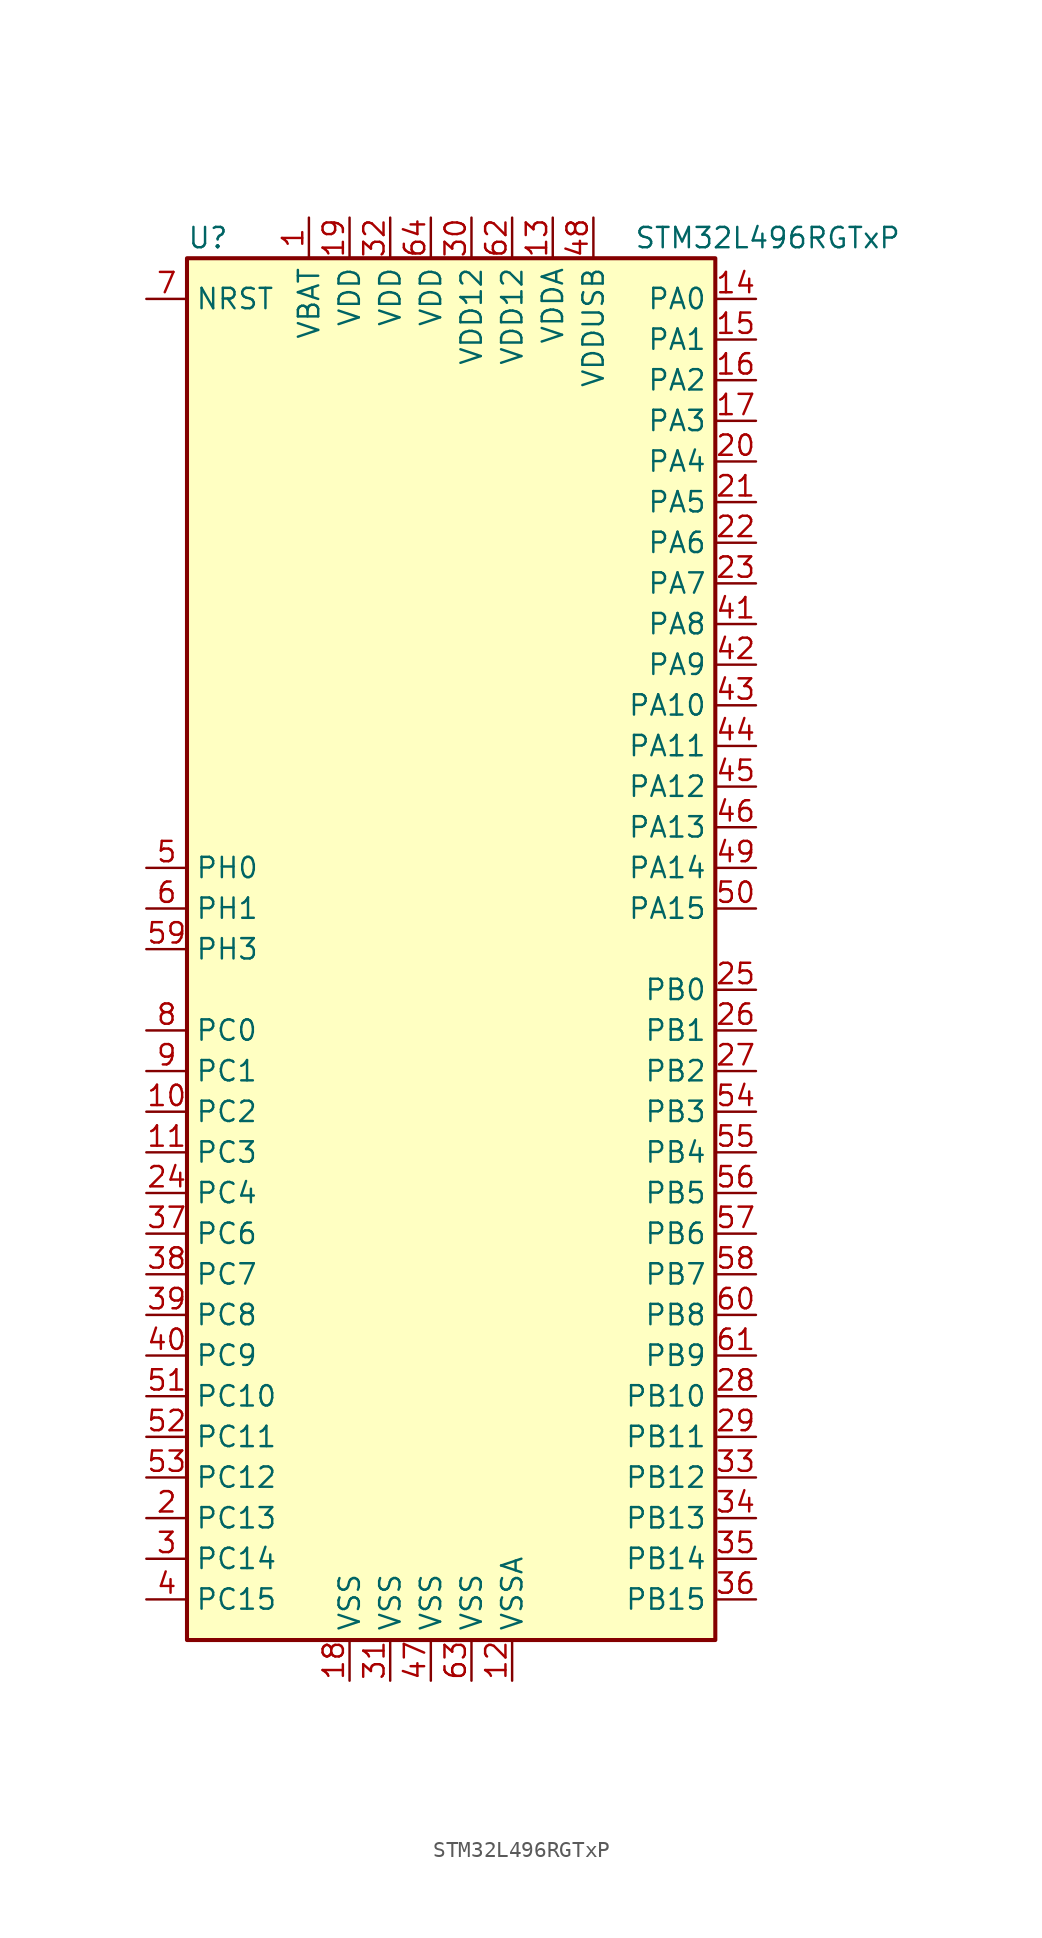
<source format=kicad_sym>
(kicad_symbol_lib
  (version 20211014)
  (generator kicad_symbol_editor)
  (symbol "STM32L496RGTxP"
    (property "Reference" "U"
      (at -17.78 44.45 0)
      (effects (font (size 1.27 1.27)) (justify left)))
    (property "Value" "STM32L496RGTxP"
      (at 10.16 44.45 0)
      (effects (font (size 1.27 1.27)) (justify left)))
    (symbol "STM32L496RGTxP_0_1"
      (rectangle (start -17.78 -43.18) (end 15.24 43.18) (stroke (width 0.254) (type default) (color 0 0 0 0)) (fill (type background))))
    (symbol "STM32L496RGTxP_1_1"
      (pin power_in line (at -10.16 45.72 270) (length 2.54) (name "VBAT" (effects (font (size 1.27 1.27)))) (number "1" (effects (font (size 1.27 1.27)))))
      (pin bidirectional line (at -20.32 -10.16 0) (length 2.54) (name "PC2" (effects (font (size 1.27 1.27)))) (number "10" (effects (font (size 1.27 1.27)))))
      (pin bidirectional line (at -20.32 -12.7 0) (length 2.54) (name "PC3" (effects (font (size 1.27 1.27)))) (number "11" (effects (font (size 1.27 1.27)))))
      (pin power_in line (at 2.54 -45.72 90) (length 2.54) (name "VSSA" (effects (font (size 1.27 1.27)))) (number "12" (effects (font (size 1.27 1.27)))))
      (pin power_in line (at 5.08 45.72 270) (length 2.54) (name "VDDA" (effects (font (size 1.27 1.27)))) (number "13" (effects (font (size 1.27 1.27)))))
      (pin bidirectional line (at 17.78 40.64 180) (length 2.54) (name "PA0" (effects (font (size 1.27 1.27)))) (number "14" (effects (font (size 1.27 1.27)))))
      (pin bidirectional line (at 17.78 38.1 180) (length 2.54) (name "PA1" (effects (font (size 1.27 1.27)))) (number "15" (effects (font (size 1.27 1.27)))))
      (pin bidirectional line (at 17.78 35.56 180) (length 2.54) (name "PA2" (effects (font (size 1.27 1.27)))) (number "16" (effects (font (size 1.27 1.27)))))
      (pin bidirectional line (at 17.78 33.02 180) (length 2.54) (name "PA3" (effects (font (size 1.27 1.27)))) (number "17" (effects (font (size 1.27 1.27)))))
      (pin power_in line (at -7.62 -45.72 90) (length 2.54) (name "VSS" (effects (font (size 1.27 1.27)))) (number "18" (effects (font (size 1.27 1.27)))))
      (pin power_in line (at -7.62 45.72 270) (length 2.54) (name "VDD" (effects (font (size 1.27 1.27)))) (number "19" (effects (font (size 1.27 1.27)))))
      (pin bidirectional line (at -20.32 -35.56 0) (length 2.54) (name "PC13" (effects (font (size 1.27 1.27)))) (number "2" (effects (font (size 1.27 1.27)))))
      (pin bidirectional line (at 17.78 30.48 180) (length 2.54) (name "PA4" (effects (font (size 1.27 1.27)))) (number "20" (effects (font (size 1.27 1.27)))))
      (pin bidirectional line (at 17.78 27.94 180) (length 2.54) (name "PA5" (effects (font (size 1.27 1.27)))) (number "21" (effects (font (size 1.27 1.27)))))
      (pin bidirectional line (at 17.78 25.4 180) (length 2.54) (name "PA6" (effects (font (size 1.27 1.27)))) (number "22" (effects (font (size 1.27 1.27)))))
      (pin bidirectional line (at 17.78 22.86 180) (length 2.54) (name "PA7" (effects (font (size 1.27 1.27)))) (number "23" (effects (font (size 1.27 1.27)))))
      (pin bidirectional line (at -20.32 -15.24 0) (length 2.54) (name "PC4" (effects (font (size 1.27 1.27)))) (number "24" (effects (font (size 1.27 1.27)))))
      (pin bidirectional line (at 17.78 -2.54 180) (length 2.54) (name "PB0" (effects (font (size 1.27 1.27)))) (number "25" (effects (font (size 1.27 1.27)))))
      (pin bidirectional line (at 17.78 -5.08 180) (length 2.54) (name "PB1" (effects (font (size 1.27 1.27)))) (number "26" (effects (font (size 1.27 1.27)))))
      (pin bidirectional line (at 17.78 -7.62 180) (length 2.54) (name "PB2" (effects (font (size 1.27 1.27)))) (number "27" (effects (font (size 1.27 1.27)))))
      (pin bidirectional line (at 17.78 -27.94 180) (length 2.54) (name "PB10" (effects (font (size 1.27 1.27)))) (number "28" (effects (font (size 1.27 1.27)))))
      (pin bidirectional line (at 17.78 -30.48 180) (length 2.54) (name "PB11" (effects (font (size 1.27 1.27)))) (number "29" (effects (font (size 1.27 1.27)))))
      (pin bidirectional line (at -20.32 -38.1 0) (length 2.54) (name "PC14" (effects (font (size 1.27 1.27)))) (number "3" (effects (font (size 1.27 1.27)))))
      (pin power_in line (at 0 45.72 270) (length 2.54) (name "VDD12" (effects (font (size 1.27 1.27)))) (number "30" (effects (font (size 1.27 1.27)))))
      (pin power_in line (at -5.08 -45.72 90) (length 2.54) (name "VSS" (effects (font (size 1.27 1.27)))) (number "31" (effects (font (size 1.27 1.27)))))
      (pin power_in line (at -5.08 45.72 270) (length 2.54) (name "VDD" (effects (font (size 1.27 1.27)))) (number "32" (effects (font (size 1.27 1.27)))))
      (pin bidirectional line (at 17.78 -33.02 180) (length 2.54) (name "PB12" (effects (font (size 1.27 1.27)))) (number "33" (effects (font (size 1.27 1.27)))))
      (pin bidirectional line (at 17.78 -35.56 180) (length 2.54) (name "PB13" (effects (font (size 1.27 1.27)))) (number "34" (effects (font (size 1.27 1.27)))))
      (pin bidirectional line (at 17.78 -38.1 180) (length 2.54) (name "PB14" (effects (font (size 1.27 1.27)))) (number "35" (effects (font (size 1.27 1.27)))))
      (pin bidirectional line (at 17.78 -40.64 180) (length 2.54) (name "PB15" (effects (font (size 1.27 1.27)))) (number "36" (effects (font (size 1.27 1.27)))))
      (pin bidirectional line (at -20.32 -17.78 0) (length 2.54) (name "PC6" (effects (font (size 1.27 1.27)))) (number "37" (effects (font (size 1.27 1.27)))))
      (pin bidirectional line (at -20.32 -20.32 0) (length 2.54) (name "PC7" (effects (font (size 1.27 1.27)))) (number "38" (effects (font (size 1.27 1.27)))))
      (pin bidirectional line (at -20.32 -22.86 0) (length 2.54) (name "PC8" (effects (font (size 1.27 1.27)))) (number "39" (effects (font (size 1.27 1.27)))))
      (pin bidirectional line (at -20.32 -40.64 0) (length 2.54) (name "PC15" (effects (font (size 1.27 1.27)))) (number "4" (effects (font (size 1.27 1.27)))))
      (pin bidirectional line (at -20.32 -25.4 0) (length 2.54) (name "PC9" (effects (font (size 1.27 1.27)))) (number "40" (effects (font (size 1.27 1.27)))))
      (pin bidirectional line (at 17.78 20.32 180) (length 2.54) (name "PA8" (effects (font (size 1.27 1.27)))) (number "41" (effects (font (size 1.27 1.27)))))
      (pin bidirectional line (at 17.78 17.78 180) (length 2.54) (name "PA9" (effects (font (size 1.27 1.27)))) (number "42" (effects (font (size 1.27 1.27)))))
      (pin bidirectional line (at 17.78 15.24 180) (length 2.54) (name "PA10" (effects (font (size 1.27 1.27)))) (number "43" (effects (font (size 1.27 1.27)))))
      (pin bidirectional line (at 17.78 12.7 180) (length 2.54) (name "PA11" (effects (font (size 1.27 1.27)))) (number "44" (effects (font (size 1.27 1.27)))))
      (pin bidirectional line (at 17.78 10.16 180) (length 2.54) (name "PA12" (effects (font (size 1.27 1.27)))) (number "45" (effects (font (size 1.27 1.27)))))
      (pin bidirectional line (at 17.78 7.62 180) (length 2.54) (name "PA13" (effects (font (size 1.27 1.27)))) (number "46" (effects (font (size 1.27 1.27)))))
      (pin power_in line (at -2.54 -45.72 90) (length 2.54) (name "VSS" (effects (font (size 1.27 1.27)))) (number "47" (effects (font (size 1.27 1.27)))))
      (pin power_in line (at 7.62 45.72 270) (length 2.54) (name "VDDUSB" (effects (font (size 1.27 1.27)))) (number "48" (effects (font (size 1.27 1.27)))))
      (pin bidirectional line (at 17.78 5.08 180) (length 2.54) (name "PA14" (effects (font (size 1.27 1.27)))) (number "49" (effects (font (size 1.27 1.27)))))
      (pin input line (at -20.32 5.08 0) (length 2.54) (name "PH0" (effects (font (size 1.27 1.27)))) (number "5" (effects (font (size 1.27 1.27)))))
      (pin bidirectional line (at 17.78 2.54 180) (length 2.54) (name "PA15" (effects (font (size 1.27 1.27)))) (number "50" (effects (font (size 1.27 1.27)))))
      (pin bidirectional line (at -20.32 -27.94 0) (length 2.54) (name "PC10" (effects (font (size 1.27 1.27)))) (number "51" (effects (font (size 1.27 1.27)))))
      (pin bidirectional line (at -20.32 -30.48 0) (length 2.54) (name "PC11" (effects (font (size 1.27 1.27)))) (number "52" (effects (font (size 1.27 1.27)))))
      (pin bidirectional line (at -20.32 -33.02 0) (length 2.54) (name "PC12" (effects (font (size 1.27 1.27)))) (number "53" (effects (font (size 1.27 1.27)))))
      (pin bidirectional line (at 17.78 -10.16 180) (length 2.54) (name "PB3" (effects (font (size 1.27 1.27)))) (number "54" (effects (font (size 1.27 1.27)))))
      (pin bidirectional line (at 17.78 -12.7 180) (length 2.54) (name "PB4" (effects (font (size 1.27 1.27)))) (number "55" (effects (font (size 1.27 1.27)))))
      (pin bidirectional line (at 17.78 -15.24 180) (length 2.54) (name "PB5" (effects (font (size 1.27 1.27)))) (number "56" (effects (font (size 1.27 1.27)))))
      (pin bidirectional line (at 17.78 -17.78 180) (length 2.54) (name "PB6" (effects (font (size 1.27 1.27)))) (number "57" (effects (font (size 1.27 1.27)))))
      (pin bidirectional line (at 17.78 -20.32 180) (length 2.54) (name "PB7" (effects (font (size 1.27 1.27)))) (number "58" (effects (font (size 1.27 1.27)))))
      (pin bidirectional line (at -20.32 0 0) (length 2.54) (name "PH3" (effects (font (size 1.27 1.27)))) (number "59" (effects (font (size 1.27 1.27)))))
      (pin input line (at -20.32 2.54 0) (length 2.54) (name "PH1" (effects (font (size 1.27 1.27)))) (number "6" (effects (font (size 1.27 1.27)))))
      (pin bidirectional line (at 17.78 -22.86 180) (length 2.54) (name "PB8" (effects (font (size 1.27 1.27)))) (number "60" (effects (font (size 1.27 1.27)))))
      (pin bidirectional line (at 17.78 -25.4 180) (length 2.54) (name "PB9" (effects (font (size 1.27 1.27)))) (number "61" (effects (font (size 1.27 1.27)))))
      (pin power_in line (at 2.54 45.72 270) (length 2.54) (name "VDD12" (effects (font (size 1.27 1.27)))) (number "62" (effects (font (size 1.27 1.27)))))
      (pin power_in line (at 0 -45.72 90) (length 2.54) (name "VSS" (effects (font (size 1.27 1.27)))) (number "63" (effects (font (size 1.27 1.27)))))
      (pin power_in line (at -2.54 45.72 270) (length 2.54) (name "VDD" (effects (font (size 1.27 1.27)))) (number "64" (effects (font (size 1.27 1.27)))))
      (pin input line (at -20.32 40.64 0) (length 2.54) (name "NRST" (effects (font (size 1.27 1.27)))) (number "7" (effects (font (size 1.27 1.27)))))
      (pin bidirectional line (at -20.32 -5.08 0) (length 2.54) (name "PC0" (effects (font (size 1.27 1.27)))) (number "8" (effects (font (size 1.27 1.27)))))
      (pin bidirectional line (at -20.32 -7.62 0) (length 2.54) (name "PC1" (effects (font (size 1.27 1.27)))) (number "9" (effects (font (size 1.27 1.27))))))))
</source>
